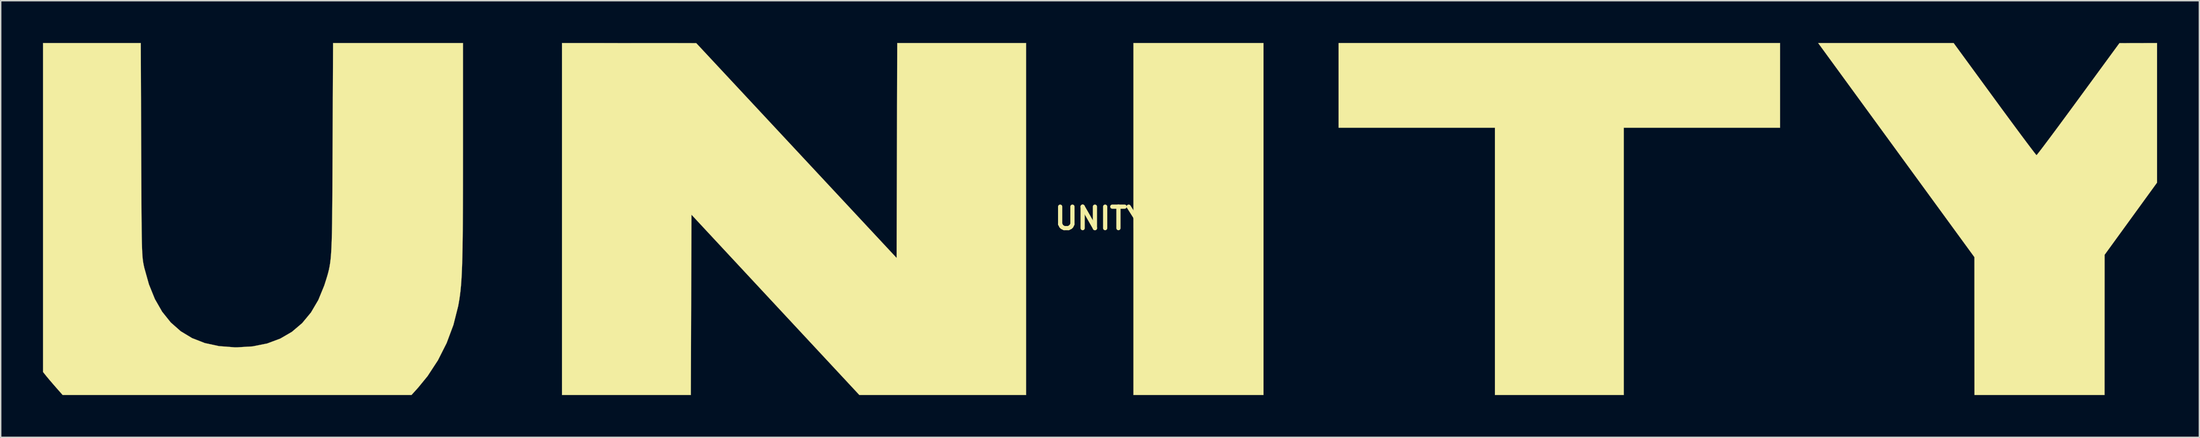
<source format=kicad_pcb>
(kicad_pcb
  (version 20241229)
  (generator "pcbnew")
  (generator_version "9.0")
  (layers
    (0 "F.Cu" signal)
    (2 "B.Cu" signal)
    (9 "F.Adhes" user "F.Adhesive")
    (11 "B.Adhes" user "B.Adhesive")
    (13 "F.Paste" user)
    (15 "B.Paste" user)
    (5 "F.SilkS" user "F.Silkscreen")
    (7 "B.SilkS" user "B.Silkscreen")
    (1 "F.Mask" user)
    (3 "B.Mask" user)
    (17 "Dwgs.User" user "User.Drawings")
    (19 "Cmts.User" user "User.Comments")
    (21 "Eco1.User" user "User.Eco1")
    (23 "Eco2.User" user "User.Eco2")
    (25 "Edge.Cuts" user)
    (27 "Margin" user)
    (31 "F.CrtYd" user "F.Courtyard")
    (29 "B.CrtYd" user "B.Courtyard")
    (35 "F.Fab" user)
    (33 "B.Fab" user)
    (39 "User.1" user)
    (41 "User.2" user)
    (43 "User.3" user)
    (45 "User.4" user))
  (footprint "UNITY"
    (layer "F.Cu")
    (at 75.02 12.451)
    (property "Reference" "UNITY" (at 0 0 0) (layer "F.SilkS") (effects (font (size 1.524 1.524) (thickness 0.3))))
    (attr through_hole)
    (fp_poly (pts (xy 11.599 12.531) (xy 2.371 12.531) (xy 2.371 -12.446) (xy 11.599 -12.446) (xy 11.599 12.531)) (stroke (width 0.01) (type solid)) (fill yes) (layer "F.SilkS"))
    (fp_poly (pts (xy 48.26 -6.435) (xy 37.169 -6.435) (xy 37.169 12.531) (xy 28.025 12.531) (xy 28.025 -6.435) (xy 16.933 -6.435) (xy 16.933 -12.446) (xy 48.26 -12.446) (xy 48.26 -6.435)) (stroke (width 0.01) (type solid)) (fill yes) (layer "F.SilkS"))
    (fp_poly (pts (xy -5.249 12.531) (xy -17.081 12.531) (xy -23.04 6.132) (xy -28.998 -0.267) (xy -29.042 12.531) (xy -38.185 12.531) (xy -38.185 -12.446) (xy -28.66 -12.441) (xy -14.436 2.809) (xy -14.414 -4.818) (xy -14.392 -12.446) (xy -5.249 -12.446) (xy -5.249 12.531)) (stroke (width 0.01) (type solid)) (fill yes) (layer "F.SilkS"))
    (fp_poly (pts (xy 75.015 -2.542) (xy 73.154 0.02) (xy 71.293 2.582) (xy 71.291 7.556) (xy 71.289 12.531) (xy 62.061 12.531) (xy 62.059 7.641) (xy 62.058 2.752) (xy 56.929 -4.276) (xy 56.213 -5.258) (xy 55.518 -6.21) (xy 54.852 -7.123) (xy 54.222 -7.986) (xy 53.636 -8.789) (xy 53.101 -9.522) (xy 52.624 -10.176) (xy 52.213 -10.739) (xy 51.874 -11.203) (xy 51.616 -11.556) (xy 51.446 -11.79) (xy 51.384 -11.874) (xy 50.967 -12.446) (xy 55.773 -12.445) (xy 60.579 -12.445) (xy 63.49 -8.466) (xy 64.02 -7.742) (xy 64.522 -7.061) (xy 64.985 -6.434) (xy 65.401 -5.873) (xy 65.762 -5.391) (xy 66.057 -5) (xy 66.278 -4.711) (xy 66.416 -4.537) (xy 66.461 -4.487) (xy 66.521 -4.554) (xy 66.672 -4.745) (xy 66.904 -5.049) (xy 67.209 -5.454) (xy 67.578 -5.947) (xy 68.002 -6.518) (xy 68.471 -7.153) (xy 68.978 -7.841) (xy 69.435 -8.464) (xy 72.348 -12.44) (xy 73.681 -12.443) (xy 75.015 -12.446) (xy 75.015 -2.542)) (stroke (width 0.01) (type solid)) (fill yes) (layer "F.SilkS"))
    (fp_poly (pts (xy -68.05 -4.889) (xy -68.045 -3.586) (xy -68.04 -2.44) (xy -68.035 -1.44) (xy -68.03 -0.575) (xy -68.024 0.167) (xy -68.017 0.797) (xy -68.009 1.326) (xy -68 1.767) (xy -67.989 2.13) (xy -67.976 2.428) (xy -67.96 2.672) (xy -67.942 2.873) (xy -67.921 3.042) (xy -67.896 3.192) (xy -67.868 3.334) (xy -67.836 3.479) (xy -67.832 3.498) (xy -67.501 4.681) (xy -67.079 5.722) (xy -66.563 6.623) (xy -65.952 7.385) (xy -65.245 8.008) (xy -64.44 8.495) (xy -63.535 8.847) (xy -62.529 9.064) (xy -61.42 9.149) (xy -61.254 9.151) (xy -60.131 9.081) (xy -59.105 8.875) (xy -58.179 8.53) (xy -57.353 8.05) (xy -56.627 7.433) (xy -56.002 6.68) (xy -55.48 5.793) (xy -55.06 4.77) (xy -55 4.585) (xy -54.916 4.32) (xy -54.842 4.079) (xy -54.778 3.851) (xy -54.722 3.623) (xy -54.674 3.384) (xy -54.633 3.121) (xy -54.598 2.823) (xy -54.57 2.478) (xy -54.547 2.073) (xy -54.528 1.596) (xy -54.513 1.037) (xy -54.501 0.381) (xy -54.492 -0.381) (xy -54.484 -1.263) (xy -54.478 -2.277) (xy -54.472 -3.434) (xy -54.466 -4.746) (xy -54.465 -4.974) (xy -54.431 -12.446) (xy -45.212 -12.446) (xy -45.212 -4.678) (xy -45.213 -3.198) (xy -45.215 -1.876) (xy -45.219 -0.701) (xy -45.225 0.34) (xy -45.233 1.256) (xy -45.244 2.06) (xy -45.259 2.763) (xy -45.277 3.376) (xy -45.299 3.911) (xy -45.325 4.379) (xy -45.356 4.791) (xy -45.392 5.16) (xy -45.434 5.495) (xy -45.481 5.809) (xy -45.534 6.113) (xy -45.555 6.227) (xy -45.892 7.559) (xy -46.374 8.847) (xy -46.99 10.067) (xy -47.727 11.193) (xy -48.397 12.011) (xy -48.867 12.531) (xy -73.622 12.531) (xy -74.086 12.006) (xy -74.339 11.715) (xy -74.581 11.432) (xy -74.764 11.212) (xy -74.782 11.19) (xy -75.015 10.899) (xy -75.015 -12.446) (xy -68.08 -12.446) (xy -68.05 -4.889)) (stroke (width 0.01) (type solid)) (fill yes) (layer "F.SilkS")))
  (gr_rect
    (start -3 -3)
    (end 153.039 27.987)
    (stroke (width 0.1) (type default))
    (fill no)
    (layer "Edge.Cuts")))
</source>
